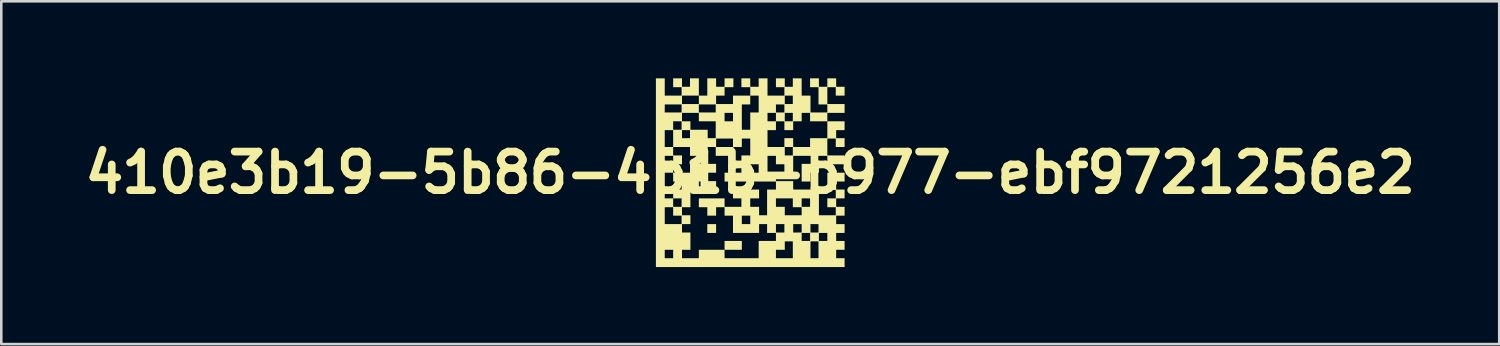
<source format=kicad_pcb>
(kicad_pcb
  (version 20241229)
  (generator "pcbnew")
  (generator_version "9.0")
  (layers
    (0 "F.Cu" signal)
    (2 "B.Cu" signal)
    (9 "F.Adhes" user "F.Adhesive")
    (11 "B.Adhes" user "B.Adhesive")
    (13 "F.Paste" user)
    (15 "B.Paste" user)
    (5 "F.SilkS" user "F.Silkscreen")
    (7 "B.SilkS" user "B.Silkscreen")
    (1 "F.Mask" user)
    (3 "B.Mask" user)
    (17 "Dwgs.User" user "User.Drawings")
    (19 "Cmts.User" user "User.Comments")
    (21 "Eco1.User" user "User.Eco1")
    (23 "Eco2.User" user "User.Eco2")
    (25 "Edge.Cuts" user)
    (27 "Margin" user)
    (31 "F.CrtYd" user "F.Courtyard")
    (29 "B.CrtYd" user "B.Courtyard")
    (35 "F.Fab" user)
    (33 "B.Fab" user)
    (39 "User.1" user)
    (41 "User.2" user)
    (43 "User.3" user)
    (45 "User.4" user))
  (footprint "410e3b19-5b86-4b1b-b977-ebf9721256e2"
    (layer "F.Cu")
    (at 26.157 3.673)
    (property "Reference" "410e3b19-5b86-4b1b-b977-ebf9721256e2" (at 0 0 0) (layer "F.SilkS") (effects (font (size 1.5 1.5) (thickness 0.3))))
    (attr board_only exclude_from_pos_files exclude_from_bom)
    (fp_poly (pts (xy -1.329 2.173) (xy -1.329 2.345) (xy -1.501 2.345) (xy -1.672 2.345) (xy -1.672 2.173) (xy -1.672 2.001) (xy -1.501 2.001) (xy -1.329 2.001)) (stroke (width 0) (type solid)) (fill yes) (layer "F.SilkS"))
    (fp_poly (pts (xy -0.328 2.829) (xy -0.328 3.001) (xy -0.664 3.001) (xy -1 3.001) (xy -1 2.829) (xy -1 2.657) (xy -0.664 2.657) (xy -0.328 2.657)) (stroke (width 0) (type solid)) (fill yes) (layer "F.SilkS"))
    (fp_poly (pts (xy 2.673 -0.172) (xy 2.673 -0.000001) (xy 2.509 -0.000001) (xy 2.345 -0.000001) (xy 2.345 0.172) (xy 2.345 0.344) (xy 2.173 0.344) (xy 2.001 0.344) (xy 2.001 -0.000001) (xy 2.001 -0.344) (xy 2.337 -0.344) (xy 2.673 -0.344)) (stroke (width 0) (type solid)) (fill yes) (layer "F.SilkS"))
    (fp_poly (pts (xy -3.329 -3.337) (xy -3.329 -3.001) (xy -3.001 -3.001) (xy -2.673 -3.001) (xy -2.673 -3.165) (xy -2.673 -3.329) (xy -2.837 -3.329) (xy -3.001 -3.329) (xy -3.001 -3.501) (xy -3.001 -3.673) (xy -2.829 -3.673) (xy -2.657 -3.673) (xy -2.657 -3.509) (xy -2.657 -3.345) (xy -2.501 -3.345) (xy -2.345 -3.345) (xy -2.345 -3.509) (xy -2.345 -3.673) (xy -2.173 -3.673) (xy -2.001 -3.673) (xy -2.001 -3.337) (xy -2.001 -3.001) (xy -1.837 -3.001) (xy -1.672 -3.001) (xy -1.672 -3.337) (xy -1.672 -3.673) (xy -1.501 -3.673) (xy -1.329 -3.673) (xy -1.329 -3.509) (xy -1.329 -3.345) (xy -1.164 -3.345) (xy -1 -3.345) (xy -1 -3.509) (xy -1 -3.673) (xy -0.828 -3.673) (xy -0.656 -3.673) (xy -0.656 -3.501) (xy -0.656 -3.329) (xy -0.828 -3.329) (xy -1 -3.329) (xy -1 -3.165) (xy -1 -3.001) (xy -1.164 -3.001) (xy -1.329 -3.001) (xy -1.329 -2.837) (xy -1.329 -2.673) (xy -1 -2.673) (xy -0.672 -2.673) (xy -0.672 -2.837) (xy -0.672 -3.001) (xy -0.336 -3.001) (xy -0.000001 -3.001) (xy -0.000001 -3.165) (xy -0.000001 -3.329) (xy -0.172 -3.329) (xy -0.344 -3.329) (xy -0.344 -3.501) (xy -0.344 -3.673) (xy -0.172 -3.673) (xy -0.000001 -3.673) (xy -0.000001 -3.509) (xy -0.000001 -3.345) (xy 0.164 -3.345) (xy 0.328 -3.345) (xy 0.328 -3.509) (xy 0.328 -3.673) (xy 0.5 -3.673) (xy 0.672 -3.673) (xy 0.672 -3.337) (xy 0.672 -3.001) (xy 1 -3.001) (xy 1.329 -3.001) (xy 1.329 -3.165) (xy 1.329 -3.329) (xy 1.164 -3.329) (xy 1 -3.329) (xy 1 -3.501) (xy 1 -3.673) (xy 1.172 -3.673) (xy 1.344 -3.673) (xy 1.344 -3.509) (xy 1.344 -3.345) (xy 1.501 -3.345) (xy 1.657 -3.345) (xy 1.657 -3.509) (xy 1.657 -3.673) (xy 1.829 -3.673) (xy 2.001 -3.673) (xy 2.001 -3.337) (xy 2.001 -3.001) (xy 2.173 -3.001) (xy 2.345 -3.001) (xy 2.345 -2.673) (xy 2.345 -2.345) (xy 2.673 -2.345) (xy 3.001 -2.345) (xy 3.001 -2.501) (xy 3.001 -2.657) (xy 2.829 -2.657) (xy 2.657 -2.657) (xy 2.657 -2.993) (xy 2.657 -3.329) (xy 2.493 -3.329) (xy 2.329 -3.329) (xy 2.329 -3.501) (xy 2.329 -3.673) (xy 2.501 -3.673) (xy 2.673 -3.673) (xy 2.673 -3.509) (xy 2.673 -3.345) (xy 2.837 -3.345) (xy 3.001 -3.345) (xy 3.001 -3.509) (xy 3.001 -3.673) (xy 3.173 -3.673) (xy 3.345 -3.673) (xy 3.345 -3.509) (xy 3.345 -3.345) (xy 3.509 -3.345) (xy 3.673 -3.345) (xy 3.673 -3.173) (xy 3.673 -3.001) (xy 3.501 -3.001) (xy 3.329 -3.001) (xy 3.329 -3.165) (xy 3.329 -3.329) (xy 3.165 -3.329) (xy 3.001 -3.329) (xy 3.001 -3.001) (xy 3.001 -2.673) (xy 3.337 -2.673) (xy 3.673 -2.673) (xy 3.673 -2.501) (xy 3.673 -2.329) (xy 3.337 -2.329) (xy 3.001 -2.329) (xy 3.001 -2.165) (xy 3.001 -2.001) (xy 2.665 -2.001) (xy 2.329 -2.001) (xy 2.329 -2.165) (xy 2.329 -2.329) (xy 2.165 -2.329) (xy 2.001 -2.329) (xy 2.001 -2.165) (xy 2.001 -2.001) (xy 1.837 -2.001) (xy 1.672 -2.001) (xy 1.672 -1.829) (xy 1.672 -1.657) (xy 1.501 -1.657) (xy 1.329 -1.657) (xy 1.329 -1.829) (xy 1.329 -2.001) (xy 1.164 -2.001) (xy 1 -2.001) (xy 1 -1.829) (xy 1 -1.657) (xy 0.836 -1.657) (xy 0.672 -1.657) (xy 0.672 -1.329) (xy 0.672 -1) (xy 1 -1) (xy 1.329 -1) (xy 1.329 -1.172) (xy 1.329 -1.344) (xy 1.501 -1.344) (xy 1.672 -1.344) (xy 1.672 -1.172) (xy 1.672 -1) (xy 2.001 -1) (xy 2.329 -1) (xy 2.329 -1.172) (xy 2.329 -1.344) (xy 2.665 -1.344) (xy 3.001 -1.344) (xy 3.001 -1.672) (xy 3.001 -2.001) (xy 3.337 -2.001) (xy 3.673 -2.001) (xy 3.673 -1.829) (xy 3.673 -1.657) (xy 3.509 -1.657) (xy 3.345 -1.657) (xy 3.345 -1.501) (xy 3.345 -1.344) (xy 3.509 -1.344) (xy 3.673 -1.344) (xy 3.673 -1.172) (xy 3.673 -1) (xy 3.501 -1) (xy 3.329 -1) (xy 3.329 -1.164) (xy 3.329 -1.329) (xy 3.165 -1.329) (xy 3.001 -1.329) (xy 3.001 -1) (xy 3.001 -0.672) (xy 3.337 -0.672) (xy 3.673 -0.672) (xy 3.673 -0.5) (xy 3.673 -0.328) (xy 3.337 -0.328) (xy 3.001 -0.328) (xy 3.001 -0.492) (xy 3.001 -0.656) (xy 2.337 -0.656) (xy 1.672 -0.656) (xy 1.672 -0.328) (xy 1.672 -0.000001) (xy 1.501 -0.000001) (xy 1.329 -0.000001) (xy 1.329 -0.164) (xy 1.329 -0.328) (xy 1.164 -0.328) (xy 1 -0.328) (xy 1 -0.492) (xy 1 -0.656) (xy 0.836 -0.656) (xy 0.672 -0.656) (xy 0.672 -0.328) (xy 0.672 -0.000001) (xy 0.836 -0.000001) (xy 1 -0.000001) (xy 1 0.164) (xy 1 0.328) (xy 1.336 0.328) (xy 1.672 0.328) (xy 1.672 0.492) (xy 1.672 0.656) (xy 2.173 0.656) (xy 2.673 0.656) (xy 2.673 1.157) (xy 2.673 1.657) (xy 3.001 1.657) (xy 3.329 1.657) (xy 3.329 1.501) (xy 3.329 1.344) (xy 3.165 1.344) (xy 3.001 1.344) (xy 3.001 1.172) (xy 3.001 1) (xy 3.165 1) (xy 3.329 1) (xy 3.329 0.836) (xy 3.329 0.672) (xy 3.165 0.672) (xy 3.001 0.672) (xy 3.001 0.336) (xy 3.001 -0.000001) (xy 3.337 -0.000001) (xy 3.673 -0.000001) (xy 3.673 0.172) (xy 3.673 0.344) (xy 3.509 0.344) (xy 3.345 0.344) (xy 3.345 0.5) (xy 3.345 0.656) (xy 3.509 0.656) (xy 3.673 0.656) (xy 3.673 0.828) (xy 3.673 1) (xy 3.509 1) (xy 3.345 1) (xy 3.345 1.164) (xy 3.345 1.329) (xy 3.509 1.329) (xy 3.673 1.329) (xy 3.673 1.501) (xy 3.673 1.672) (xy 3.509 1.672) (xy 3.345 1.672) (xy 3.345 1.837) (xy 3.345 2.001) (xy 3.509 2.001) (xy 3.673 2.001) (xy 3.673 2.173) (xy 3.673 2.345) (xy 3.509 2.345) (xy 3.345 2.345) (xy 3.345 2.501) (xy 3.345 2.657) (xy 3.509 2.657) (xy 3.673 2.657) (xy 3.673 2.829) (xy 3.673 3.001) (xy 3.509 3.001) (xy 3.345 3.001) (xy 3.345 3.165) (xy 3.345 3.329) (xy 3.509 3.329) (xy 3.673 3.329) (xy 3.673 3.501) (xy 3.673 3.673) (xy -0.000001 3.673) (xy -3.673 3.673) (xy -3.673 3.165) (xy -3.329 3.165) (xy -3.329 3.329) (xy -3.165 3.329) (xy -3.001 3.329) (xy -3.001 3.165) (xy -3.001 3.001) (xy -3.165 3.001) (xy -3.329 3.001) (xy -3.329 3.165) (xy -3.673 3.165) (xy -3.673 1.672) (xy -3.329 1.672) (xy -3.329 2.001) (xy -3.001 2.001) (xy -2.673 2.001) (xy -2.673 1.837) (xy -2.673 1.672) (xy -2.837 1.672) (xy -3.001 1.672) (xy -3.001 1.508) (xy -3.001 1.344) (xy -3.165 1.344) (xy -3.329 1.344) (xy -3.329 1.672) (xy -3.673 1.672) (xy -3.673 1.164) (xy -3.001 1.164) (xy -3.001 1.329) (xy -2.837 1.329) (xy -2.673 1.329) (xy -2.673 1.164) (xy -2.673 1) (xy -2.837 1) (xy -3.001 1) (xy -3.001 1.164) (xy -3.673 1.164) (xy -3.673 -0.000001) (xy -3.329 -0.000001) (xy -3.329 0.5) (xy -3.329 1) (xy -3.165 1) (xy -3.001 1) (xy -3.001 0.828) (xy -3.001 0.656) (xy -2.837 0.656) (xy -2.673 0.656) (xy -2.673 0.5) (xy -2.673 0.344) (xy -2.837 0.344) (xy -3.001 0.344) (xy -3.001 0.172) (xy -3.001 -0.000001) (xy -2.673 -0.000001) (xy -2.345 -0.000001) (xy -2.345 -0.172) (xy -2.345 -0.344) (xy -1.837 -0.344) (xy -1.329 -0.344) (xy -1.329 -0.172) (xy -1.329 -0.000001) (xy -1.493 -0.000001) (xy -1.657 -0.000001) (xy -1.657 0.164) (xy -1.657 0.328) (xy -1.493 0.328) (xy -1.329 0.328) (xy -1.329 0.5) (xy -1.329 0.672) (xy -1.501 0.672) (xy -1.672 0.672) (xy -1.672 0.508) (xy -1.672 0.344) (xy -1.837 0.344) (xy -2.001 0.344) (xy -2.001 0.508) (xy -2.001 0.672) (xy -2.165 0.672) (xy -2.329 0.672) (xy -2.329 1.008) (xy -2.329 1.344) (xy -2.493 1.344) (xy -2.657 1.344) (xy -2.657 1.501) (xy -2.657 1.657) (xy -2.493 1.657) (xy -2.329 1.657) (xy -2.329 1.829) (xy -2.329 2.001) (xy -2.493 2.001) (xy -2.657 2.001) (xy -2.657 2.165) (xy -2.657 2.329) (xy -2.493 2.329) (xy -2.329 2.329) (xy -2.329 2.665) (xy -2.329 3.001) (xy -2.493 3.001) (xy -2.657 3.001) (xy -2.657 3.165) (xy -2.657 3.329) (xy -2.329 3.329) (xy -2.001 3.329) (xy -2.001 3.165) (xy -2.001 3.001) (xy -1.501 3.001) (xy -1 3.001) (xy -1 3.165) (xy -1 3.329) (xy -0.336 3.329) (xy 0.328 3.329) (xy 0.328 3.001) (xy 1 3.001) (xy 1 3.165) (xy 1 3.329) (xy 1.329 3.329) (xy 1.657 3.329) (xy 1.657 3.001) (xy 2.345 3.001) (xy 2.345 3.329) (xy 2.501 3.329) (xy 2.657 3.329) (xy 2.657 3.001) (xy 2.657 2.673) (xy 2.501 2.673) (xy 2.345 2.673) (xy 2.345 3.001) (xy 1.657 3.001) (xy 1.657 2.673) (xy 1.501 2.673) (xy 1.344 2.673) (xy 1.344 2.837) (xy 1.344 3.001) (xy 1.172 3.001) (xy 1 3.001) (xy 0.328 3.001) (xy 0.328 2.993) (xy 0.328 2.657) (xy 0.664 2.657) (xy 1 2.657) (xy 1 2.501) (xy 2.001 2.501) (xy 2.001 2.657) (xy 2.165 2.657) (xy 2.329 2.657) (xy 2.329 2.501) (xy 2.673 2.501) (xy 2.673 2.657) (xy 2.837 2.657) (xy 3.001 2.657) (xy 3.001 2.501) (xy 3.001 2.345) (xy 2.837 2.345) (xy 2.673 2.345) (xy 2.673 2.501) (xy 2.329 2.501) (xy 2.329 2.345) (xy 2.165 2.345) (xy 2.001 2.345) (xy 2.001 2.501) (xy 1 2.501) (xy 1 2.345) (xy 0.828 2.345) (xy 0.656 2.345) (xy 0.656 2.173) (xy 0.656 2.165) (xy 1 2.165) (xy 1 2.329) (xy 1.164 2.329) (xy 1.329 2.329) (xy 1.329 2.165) (xy 1.672 2.165) (xy 1.672 2.329) (xy 1.837 2.329) (xy 2.001 2.329) (xy 2.001 2.165) (xy 2.345 2.165) (xy 2.345 2.329) (xy 2.501 2.329) (xy 2.657 2.329) (xy 2.657 2.165) (xy 2.657 2.001) (xy 2.501 2.001) (xy 2.345 2.001) (xy 2.345 2.165) (xy 2.001 2.165) (xy 2.001 2.001) (xy 1.837 2.001) (xy 1.672 2.001) (xy 1.672 2.165) (xy 1.329 2.165) (xy 1.329 2.001) (xy 1.164 2.001) (xy 1 2.001) (xy 1 2.165) (xy 0.656 2.165) (xy 0.656 2.001) (xy 0.5 2.001) (xy 0.344 2.001) (xy 0.344 2.173) (xy 0.344 2.345) (xy -0.164 2.345) (xy -0.672 2.345) (xy -0.672 2.009) (xy -0.672 1.837) (xy -0.328 1.837) (xy -0.328 2.001) (xy -0.164 2.001) (xy -0.000001 2.001) (xy -0.000001 1.837) (xy -0.000001 1.672) (xy -0.164 1.672) (xy -0.328 1.672) (xy -0.328 1.837) (xy -0.672 1.837) (xy -0.672 1.672) (xy -0.836 1.672) (xy -1 1.672) (xy -1 1.508) (xy -1 1.344) (xy -1.164 1.344) (xy -1.329 1.344) (xy -1.329 1.508) (xy -1.329 1.672) (xy -1.501 1.672) (xy -1.672 1.672) (xy -1.672 1.508) (xy -1.672 1.344) (xy -1.837 1.344) (xy -2.001 1.344) (xy -2.001 1.172) (xy -2.001 1) (xy -1.501 1) (xy -1 1) (xy -1 1.164) (xy -1 1.329) (xy -0.672 1.329) (xy -0.344 1.329) (xy -0.344 1.164) (xy -0.344 1) (xy -0.508 1) (xy -0.672 1) (xy -0.672 0.828) (xy -0.672 0.656) (xy -0.164 0.656) (xy 0.344 0.656) (xy 0.344 0.828) (xy 0.344 1) (xy 0.172 1) (xy -0.000001 1) (xy -0.000001 1.164) (xy -0.000001 1.329) (xy 0.172 1.329) (xy 0.344 1.329) (xy 0.344 1.493) (xy 0.344 1.657) (xy 0.5 1.657) (xy 0.656 1.657) (xy 0.656 1.164) (xy 1 1.164) (xy 1 1.329) (xy 1.172 1.329) (xy 1.344 1.329) (xy 1.344 1.493) (xy 1.344 1.657) (xy 1.672 1.657) (xy 2.001 1.657) (xy 2.001 1.501) (xy 2.001 1.344) (xy 1.829 1.344) (xy 1.657 1.344) (xy 1.657 1.172) (xy 1.657 1.164) (xy 2.001 1.164) (xy 2.001 1.329) (xy 2.165 1.329) (xy 2.329 1.329) (xy 2.329 1.164) (xy 2.329 1) (xy 2.165 1) (xy 2.001 1) (xy 2.001 1.164) (xy 1.657 1.164) (xy 1.657 1) (xy 1.329 1) (xy 1 1) (xy 1 1.164) (xy 0.656 1.164) (xy 0.656 1.157) (xy 0.656 0.656) (xy 0.828 0.656) (xy 1 0.656) (xy 1 0.5) (xy 1 0.344) (xy -0.000001 0.344) (xy -1 0.344) (xy -1 0.172) (xy -1 -0.000001) (xy -0.672 -0.000001) (xy -0.344 -0.000001) (xy -0.344 -0.164) (xy -0.000001 -0.164) (xy -0.000001 -0.000001) (xy 0.164 -0.000001) (xy 0.328 -0.000001) (xy 0.328 -0.164) (xy 0.328 -0.328) (xy 0.164 -0.328) (xy -0.000001 -0.328) (xy -0.000001 -0.164) (xy -0.344 -0.164) (xy -0.344 -0.336) (xy -0.344 -0.672) (xy -0.172 -0.672) (xy -0.000001 -0.672) (xy -0.000001 -0.836) (xy 1.344 -0.836) (xy 1.344 -0.672) (xy 1.501 -0.672) (xy 1.657 -0.672) (xy 1.657 -0.836) (xy 1.657 -1) (xy 1.501 -1) (xy 1.344 -1) (xy 1.344 -0.836) (xy -0.000001 -0.836) (xy -0.000001 -1) (xy -0.000001 -1.329) (xy -0.164 -1.329) (xy -0.328 -1.329) (xy -0.328 -1.164) (xy -0.328 -1) (xy -0.492 -1) (xy -0.656 -1) (xy -0.656 -0.828) (xy -0.656 -0.656) (xy -1 -0.656) (xy -1.344 -0.656) (xy -1.344 -0.828) (xy -1.344 -1) (xy -1.501 -1) (xy -1.657 -1) (xy -1.657 -0.828) (xy -1.657 -0.656) (xy -2.001 -0.656) (xy -2.345 -0.656) (xy -2.345 -0.828) (xy -2.345 -1) (xy -2.673 -1) (xy -3.001 -1) (xy -3.001 -0.836) (xy -3.001 -0.672) (xy -2.829 -0.672) (xy -2.657 -0.672) (xy -2.657 -0.5) (xy -2.657 -0.328) (xy -2.829 -0.328) (xy -3.001 -0.328) (xy -3.001 -0.164) (xy -3.001 -0.000001) (xy -3.165 -0.000001) (xy -3.329 -0.000001) (xy -3.673 -0.000001) (xy -3.673 -0.5) (xy -3.329 -0.5) (xy -3.329 -0.344) (xy -3.165 -0.344) (xy -3.001 -0.344) (xy -3.001 -0.5) (xy -3.001 -0.656) (xy -3.165 -0.656) (xy -3.329 -0.656) (xy -3.329 -0.5) (xy -3.673 -0.5) (xy -3.673 -1.329) (xy -3.329 -1.329) (xy -3.329 -1) (xy -3.165 -1) (xy -3.001 -1) (xy -3.001 -1.164) (xy -1.329 -1.164) (xy -1.329 -1) (xy -1 -1) (xy -0.672 -1) (xy -0.672 -1.164) (xy -0.672 -1.329) (xy -1 -1.329) (xy -1.329 -1.329) (xy -1.329 -1.164) (xy -3.001 -1.164) (xy -3.001 -1.329) (xy -3.001 -1.501) (xy -2.657 -1.501) (xy -2.657 -1.344) (xy -2.501 -1.344) (xy -2.345 -1.344) (xy -2.345 -1.501) (xy -2.345 -1.657) (xy -2.501 -1.657) (xy -2.657 -1.657) (xy -2.657 -1.501) (xy -3.001 -1.501) (xy -3.001 -1.657) (xy -3.165 -1.657) (xy -3.329 -1.657) (xy -3.329 -1.329) (xy -3.673 -1.329) (xy -3.673 -1.837) (xy -3.001 -1.837) (xy -3.001 -1.672) (xy -2.837 -1.672) (xy -2.673 -1.672) (xy -2.673 -1.837) (xy -2.673 -2.001) (xy -2.837 -2.001) (xy -3.001 -2.001) (xy -3.001 -1.837) (xy -3.673 -1.837) (xy -3.673 -2.165) (xy -2.657 -2.165) (xy -2.657 -2.001) (xy -2.493 -2.001) (xy -2.329 -2.001) (xy -2.329 -1.837) (xy -2.329 -1.672) (xy -1.993 -1.672) (xy -1.657 -1.672) (xy -1.657 -1.508) (xy -1.657 -1.344) (xy -1.501 -1.344) (xy -1.344 -1.344) (xy -1.344 -1.672) (xy -1.344 -2.001) (xy -1.672 -2.001) (xy -2.001 -2.001) (xy -2.001 -2.165) (xy -1 -2.165) (xy -1 -2.001) (xy -0.836 -2.001) (xy -0.672 -2.001) (xy -0.672 -2.165) (xy -0.672 -2.329) (xy -0.836 -2.329) (xy -1 -2.329) (xy -1 -2.165) (xy -2.001 -2.165) (xy -2.001 -2.329) (xy -2.329 -2.329) (xy -2.657 -2.329) (xy -2.657 -2.165) (xy -3.673 -2.165) (xy -3.673 -2.501) (xy -3.329 -2.501) (xy -3.329 -2.345) (xy -3.001 -2.345) (xy -2.673 -2.345) (xy -2.673 -2.501) (xy -2.001 -2.501) (xy -2.001 -2.345) (xy -1.672 -2.345) (xy -1.344 -2.345) (xy -1.344 -2.501) (xy -1.344 -2.657) (xy -0.328 -2.657) (xy -0.328 -2.165) (xy -0.328 -1.672) (xy -0.164 -1.672) (xy -0.000001 -1.672) (xy -0.000001 -2.009) (xy -0.000001 -2.165) (xy 0.672 -2.165) (xy 0.672 -2.001) (xy 0.836 -2.001) (xy 1 -2.001) (xy 1 -2.165) (xy 1.344 -2.165) (xy 1.344 -2.001) (xy 1.501 -2.001) (xy 1.657 -2.001) (xy 1.657 -2.165) (xy 1.657 -2.329) (xy 1.501 -2.329) (xy 1.344 -2.329) (xy 1.344 -2.165) (xy 1 -2.165) (xy 1 -2.329) (xy 0.836 -2.329) (xy 0.672 -2.329) (xy 0.672 -2.165) (xy -0.000001 -2.165) (xy -0.000001 -2.345) (xy 0.164 -2.345) (xy 0.328 -2.345) (xy 0.328 -2.501) (xy 1 -2.501) (xy 1 -2.345) (xy 1.164 -2.345) (xy 1.329 -2.345) (xy 1.329 -2.501) (xy 1.329 -2.657) (xy 1.164 -2.657) (xy 1 -2.657) (xy 1 -2.501) (xy 0.328 -2.501) (xy 0.328 -2.673) (xy 0.328 -2.837) (xy 1.344 -2.837) (xy 1.344 -2.673) (xy 1.501 -2.673) (xy 1.657 -2.673) (xy 1.657 -2.837) (xy 1.657 -3.001) (xy 1.501 -3.001) (xy 1.344 -3.001) (xy 1.344 -2.837) (xy 0.328 -2.837) (xy 0.328 -3.001) (xy 0.164 -3.001) (xy -0.000001 -3.001) (xy -0.000001 -2.829) (xy -0.000001 -2.657) (xy -0.164 -2.657) (xy -0.328 -2.657) (xy -1.344 -2.657) (xy -1.672 -2.657) (xy -2.001 -2.657) (xy -2.001 -2.501) (xy -2.673 -2.501) (xy -2.673 -2.657) (xy -3.001 -2.657) (xy -3.329 -2.657) (xy -3.329 -2.501) (xy -3.673 -2.501) (xy -3.673 -2.837) (xy -2.657 -2.837) (xy -2.657 -2.673) (xy -2.329 -2.673) (xy -2.001 -2.673) (xy -2.001 -2.837) (xy -2.001 -3.001) (xy -2.329 -3.001) (xy -2.657 -3.001) (xy -2.657 -2.837) (xy -3.673 -2.837) (xy -3.673 -3.673) (xy -3.501 -3.673) (xy -3.329 -3.673)) (stroke (width 0) (type solid)) (fill yes) (layer "F.SilkS")))
  (gr_rect
    (start -3 -3)
    (end 55.314 10.346)
    (stroke (width 0.1) (type default))
    (fill no)
    (layer "Edge.Cuts")))
</source>
